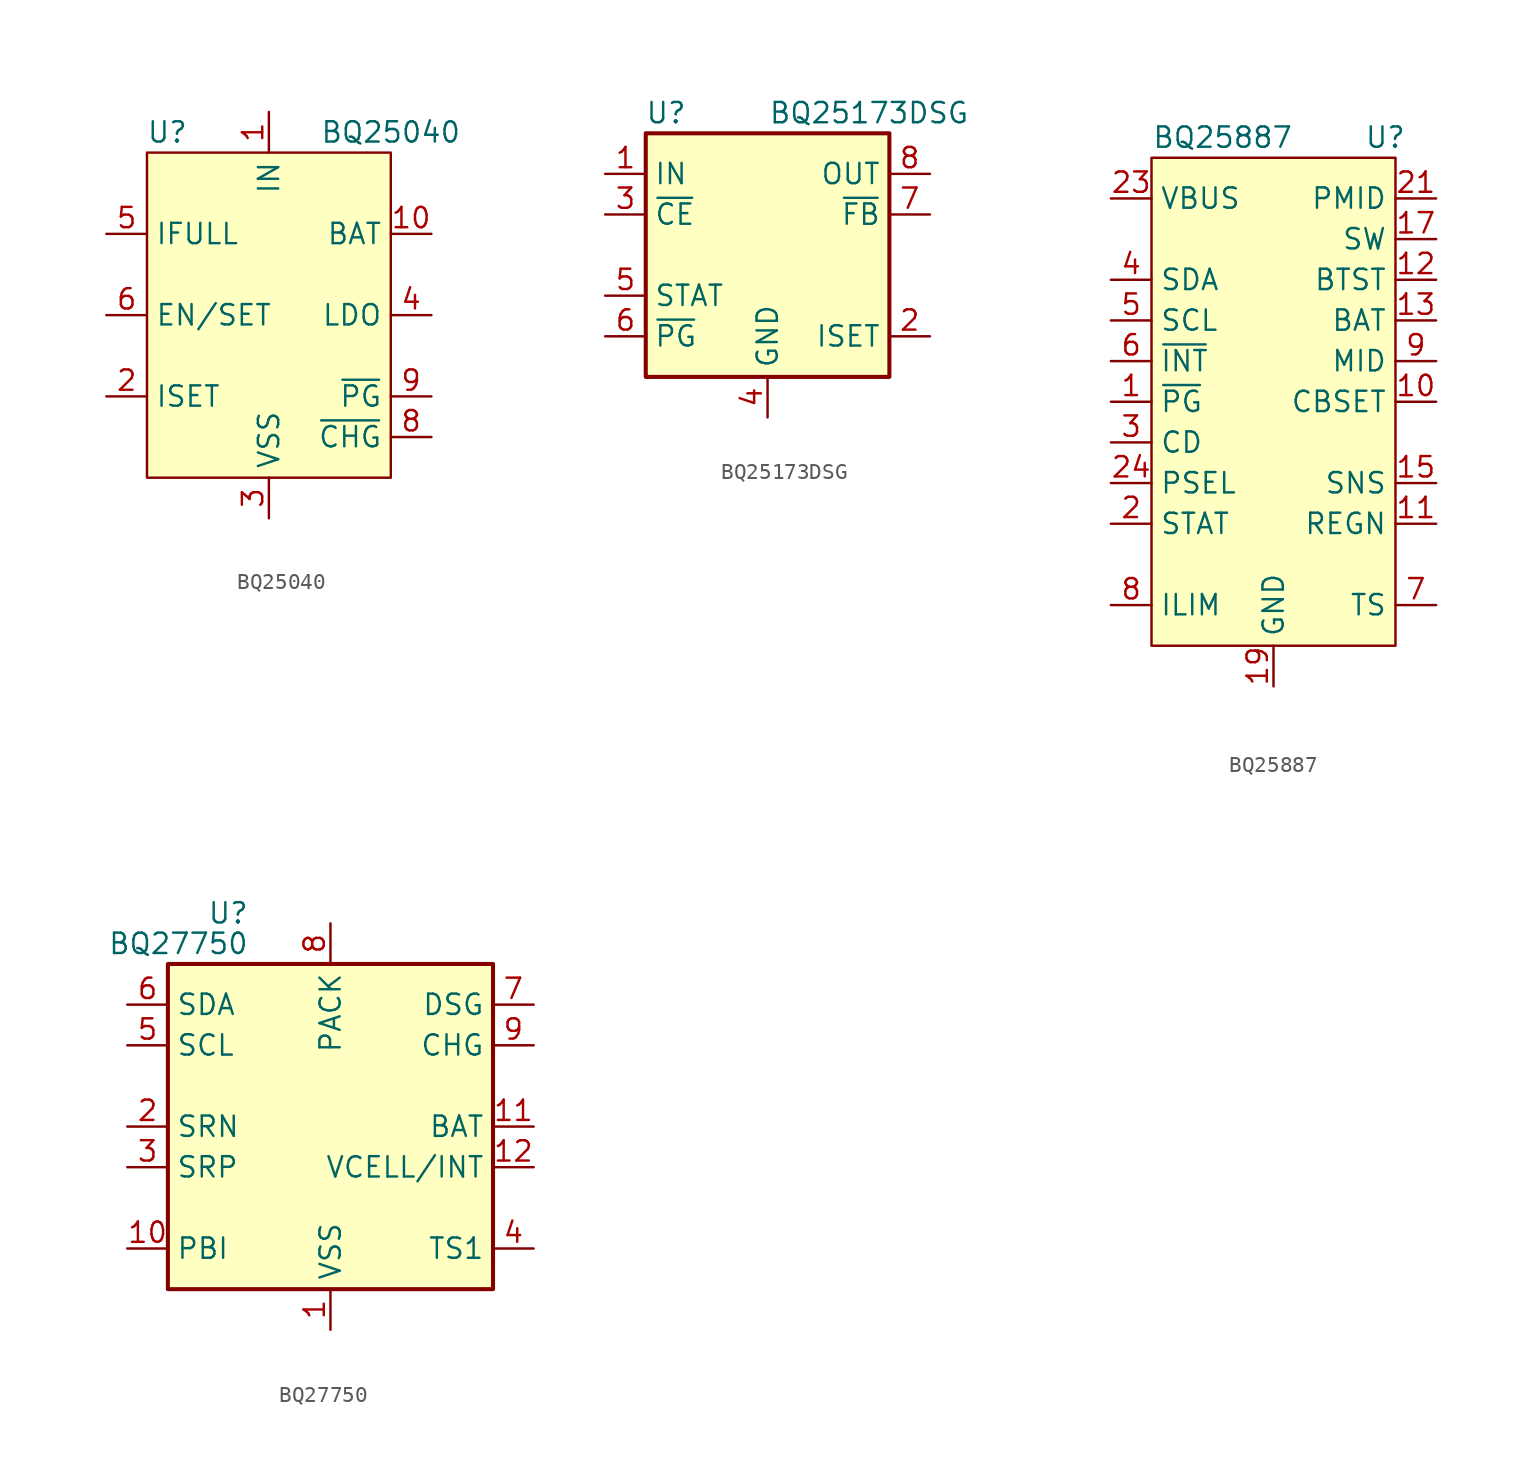
<source format=kicad_sym>
(kicad_symbol_lib
  (version 20231120)
  (generator "kicad_symbol_editor")
  (generator_version "8.0")
  (symbol "BQ25040"
    (property "Reference" "U"
      (at -6.35 11.43 0)
      (effects (font (size 1.27 1.27))))
    (property "Value" "BQ25040"
      (at 7.62 11.43 0)
      (effects (font (size 1.27 1.27))))
    (symbol "BQ25040_1_1"
      (rectangle (start -7.62 10.16) (end 7.62 -10.16) (stroke (width 0) (type default)) (fill (type background)))
      (pin power_in line (at 0 12.7 270) (length 2.54) (name "IN" (effects (font (size 1.27 1.27)))) (number "1" (effects (font (size 1.27 1.27)))))
      (pin power_out line (at 10.16 5.08 180) (length 2.54) (name "BAT" (effects (font (size 1.27 1.27)))) (number "10" (effects (font (size 1.27 1.27)))))
      (pin passive line (at 0 -12.7 90) (length 2.54) hide (name "VSS" (effects (font (size 1.27 1.27)))) (number "11" (effects (font (size 1.27 1.27)))))
      (pin input line (at -10.16 -5.08 0) (length 2.54) (name "ISET" (effects (font (size 1.27 1.27)))) (number "2" (effects (font (size 1.27 1.27)))))
      (pin power_in line (at 0 -12.7 90) (length 2.54) (name "VSS" (effects (font (size 1.27 1.27)))) (number "3" (effects (font (size 1.27 1.27)))))
      (pin power_out line (at 10.16 0 180) (length 2.54) (name "LDO" (effects (font (size 1.27 1.27)))) (number "4" (effects (font (size 1.27 1.27)))))
      (pin input line (at -10.16 5.08 0) (length 2.54) (name "IFULL" (effects (font (size 1.27 1.27)))) (number "5" (effects (font (size 1.27 1.27)))))
      (pin input line (at -10.16 0 0) (length 2.54) (name "EN/SET" (effects (font (size 1.27 1.27)))) (number "6" (effects (font (size 1.27 1.27)))))
      (pin passive line (at 0 -12.7 90) (length 2.54) hide (name "VSS" (effects (font (size 1.27 1.27)))) (number "7" (effects (font (size 1.27 1.27)))))
      (pin open_collector line (at 10.16 -7.62 180) (length 2.54) (name "~{CHG}" (effects (font (size 1.27 1.27)))) (number "8" (effects (font (size 1.27 1.27)))))
      (pin open_collector line (at 10.16 -5.08 180) (length 2.54) (name "~{PG}" (effects (font (size 1.27 1.27)))) (number "9" (effects (font (size 1.27 1.27)))))))
  (symbol "BQ25173DSG"
    (property "Reference" "U"
      (at -6.35 8.89 0)
      (effects (font (size 1.27 1.27))))
    (property "Value" "BQ25173DSG"
      (at 6.35 8.89 0)
      (effects (font (size 1.27 1.27))))
    (symbol "BQ25173DSG_1_1"
      (rectangle (start -7.62 7.62) (end 7.62 -7.62) (stroke (width 0.254) (type default)) (fill (type background)))
      (pin power_in line (at -10.16 5.08 0) (length 2.54) (name "IN" (effects (font (size 1.27 1.27)))) (number "1" (effects (font (size 1.27 1.27)))))
      (pin input line (at 10.16 -5.08 180) (length 2.54) (name "ISET" (effects (font (size 1.27 1.27)))) (number "2" (effects (font (size 1.27 1.27)))))
      (pin input line (at -10.16 2.54 0) (length 2.54) (name "~{CE}" (effects (font (size 1.27 1.27)))) (number "3" (effects (font (size 1.27 1.27)))))
      (pin power_in line (at 0 -10.16 90) (length 2.54) (name "GND" (effects (font (size 1.27 1.27)))) (number "4" (effects (font (size 1.27 1.27)))))
      (pin open_collector line (at -10.16 -2.54 0) (length 2.54) (name "STAT" (effects (font (size 1.27 1.27)))) (number "5" (effects (font (size 1.27 1.27)))))
      (pin open_collector line (at -10.16 -5.08 0) (length 2.54) (name "~{PG}" (effects (font (size 1.27 1.27)))) (number "6" (effects (font (size 1.27 1.27)))))
      (pin input line (at 10.16 2.54 180) (length 2.54) (name "~{FB}" (effects (font (size 1.27 1.27)))) (number "7" (effects (font (size 1.27 1.27)))))
      (pin power_out line (at 10.16 5.08 180) (length 2.54) (name "OUT" (effects (font (size 1.27 1.27)))) (number "8" (effects (font (size 1.27 1.27)))))
      (pin passive line (at 0 -10.16 90) (length 2.54) hide (name "GND" (effects (font (size 1.27 1.27)))) (number "9" (effects (font (size 1.27 1.27)))))))
  (symbol "BQ25887"
    (property "Reference" "U"
      (at 6.985 16.51 0)
      (effects (font (size 1.27 1.27))))
    (property "Value" "BQ25887"
      (at -3.175 16.51 0)
      (effects (font (size 1.27 1.27))))
    (symbol "BQ25887_1_1"
      (rectangle (start -7.62 15.24) (end 7.62 -15.24) (stroke (width 0) (type default)) (fill (type background)))
      (pin open_collector line (at -10.16 0 0) (length 2.54) (name "~{PG}" (effects (font (size 1.27 1.27)))) (number "1" (effects (font (size 1.27 1.27)))))
      (pin power_out line (at 10.16 0 180) (length 2.54) (name "CBSET" (effects (font (size 1.27 1.27)))) (number "10" (effects (font (size 1.27 1.27)))))
      (pin power_out line (at 10.16 -7.62 180) (length 2.54) (name "REGN" (effects (font (size 1.27 1.27)))) (number "11" (effects (font (size 1.27 1.27)))))
      (pin power_out line (at 10.16 7.62 180) (length 2.54) (name "BTST" (effects (font (size 1.27 1.27)))) (number "12" (effects (font (size 1.27 1.27)))))
      (pin power_out line (at 10.16 5.08 180) (length 2.54) (name "BAT" (effects (font (size 1.27 1.27)))) (number "13" (effects (font (size 1.27 1.27)))))
      (pin passive line (at 10.16 5.08 180) (length 2.54) hide (name "BAT" (effects (font (size 1.27 1.27)))) (number "14" (effects (font (size 1.27 1.27)))))
      (pin output line (at 10.16 -5.08 180) (length 2.54) (name "SNS" (effects (font (size 1.27 1.27)))) (number "15" (effects (font (size 1.27 1.27)))))
      (pin passive line (at 10.16 -5.08 180) (length 2.54) hide (name "SNS" (effects (font (size 1.27 1.27)))) (number "16" (effects (font (size 1.27 1.27)))))
      (pin power_out line (at 10.16 10.16 180) (length 2.54) (name "SW" (effects (font (size 1.27 1.27)))) (number "17" (effects (font (size 1.27 1.27)))))
      (pin passive line (at 10.16 10.16 180) (length 2.54) hide (name "SW" (effects (font (size 1.27 1.27)))) (number "18" (effects (font (size 1.27 1.27)))))
      (pin power_in line (at 0 -17.78 90) (length 2.54) (name "GND" (effects (font (size 1.27 1.27)))) (number "19" (effects (font (size 1.27 1.27)))))
      (pin open_collector line (at -10.16 -7.62 0) (length 2.54) (name "STAT" (effects (font (size 1.27 1.27)))) (number "2" (effects (font (size 1.27 1.27)))))
      (pin passive line (at 0 -17.78 90) (length 2.54) hide (name "GND" (effects (font (size 1.27 1.27)))) (number "20" (effects (font (size 1.27 1.27)))))
      (pin power_out line (at 10.16 12.7 180) (length 2.54) (name "PMID" (effects (font (size 1.27 1.27)))) (number "21" (effects (font (size 1.27 1.27)))))
      (pin passive line (at 10.16 12.7 180) (length 2.54) hide (name "PMID" (effects (font (size 1.27 1.27)))) (number "22" (effects (font (size 1.27 1.27)))))
      (pin power_in line (at -10.16 12.7 0) (length 2.54) (name "VBUS" (effects (font (size 1.27 1.27)))) (number "23" (effects (font (size 1.27 1.27)))))
      (pin input line (at -10.16 -5.08 0) (length 2.54) (name "PSEL" (effects (font (size 1.27 1.27)))) (number "24" (effects (font (size 1.27 1.27)))))
      (pin input line (at -10.16 -2.54 0) (length 2.54) (name "CD" (effects (font (size 1.27 1.27)))) (number "3" (effects (font (size 1.27 1.27)))))
      (pin bidirectional line (at -10.16 7.62 0) (length 2.54) (name "SDA" (effects (font (size 1.27 1.27)))) (number "4" (effects (font (size 1.27 1.27)))))
      (pin input line (at -10.16 5.08 0) (length 2.54) (name "SCL" (effects (font (size 1.27 1.27)))) (number "5" (effects (font (size 1.27 1.27)))))
      (pin open_collector line (at -10.16 2.54 0) (length 2.54) (name "~{INT}" (effects (font (size 1.27 1.27)))) (number "6" (effects (font (size 1.27 1.27)))))
      (pin input line (at 10.16 -12.7 180) (length 2.54) (name "TS" (effects (font (size 1.27 1.27)))) (number "7" (effects (font (size 1.27 1.27)))))
      (pin input line (at -10.16 -12.7 0) (length 2.54) (name "ILIM" (effects (font (size 1.27 1.27)))) (number "8" (effects (font (size 1.27 1.27)))))
      (pin input line (at 10.16 2.54 180) (length 2.54) (name "MID" (effects (font (size 1.27 1.27)))) (number "9" (effects (font (size 1.27 1.27)))))))
  (symbol "BQ27750"
    (property "Reference" "U"
      (at -5.08 13.335 0)
      (effects (font (size 1.27 1.27)) (justify right)))
    (property "Value" "BQ27750"
      (at -5.08 11.43 0)
      (effects (font (size 1.27 1.27)) (justify right)))
    (symbol "BQ27750_0_1"
      (rectangle (start -10.16 10.16) (end 10.16 -10.16) (stroke (width 0.254) (type default)) (fill (type background))))
    (symbol "BQ27750_1_1"
      (pin power_in line (at 0 -12.7 90) (length 2.54) (name "VSS" (effects (font (size 1.27 1.27)))) (number "1" (effects (font (size 1.27 1.27)))))
      (pin passive line (at -12.7 -7.62 0) (length 2.54) (name "PBI" (effects (font (size 1.27 1.27)))) (number "10" (effects (font (size 1.27 1.27)))))
      (pin input line (at 12.7 0 180) (length 2.54) (name "BAT" (effects (font (size 1.27 1.27)))) (number "11" (effects (font (size 1.27 1.27)))))
      (pin bidirectional line (at 12.7 -2.54 180) (length 2.54) (name "VCELL/INT" (effects (font (size 1.27 1.27)))) (number "12" (effects (font (size 1.27 1.27)))))
      (pin passive line (at 0 -12.7 90) (length 2.54) hide (name "VSS" (effects (font (size 1.27 1.27)))) (number "13" (effects (font (size 1.27 1.27)))))
      (pin input line (at -12.7 0 0) (length 2.54) (name "SRN" (effects (font (size 1.27 1.27)))) (number "2" (effects (font (size 1.27 1.27)))))
      (pin input line (at -12.7 -2.54 0) (length 2.54) (name "SRP" (effects (font (size 1.27 1.27)))) (number "3" (effects (font (size 1.27 1.27)))))
      (pin input line (at 12.7 -7.62 180) (length 2.54) (name "TS1" (effects (font (size 1.27 1.27)))) (number "4" (effects (font (size 1.27 1.27)))))
      (pin input line (at -12.7 5.08 0) (length 2.54) (name "SCL" (effects (font (size 1.27 1.27)))) (number "5" (effects (font (size 1.27 1.27)))))
      (pin bidirectional line (at -12.7 7.62 0) (length 2.54) (name "SDA" (effects (font (size 1.27 1.27)))) (number "6" (effects (font (size 1.27 1.27)))))
      (pin output line (at 12.7 7.62 180) (length 2.54) (name "DSG" (effects (font (size 1.27 1.27)))) (number "7" (effects (font (size 1.27 1.27)))))
      (pin input line (at 0 12.7 270) (length 2.54) (name "PACK" (effects (font (size 1.27 1.27)))) (number "8" (effects (font (size 1.27 1.27)))))
      (pin output line (at 12.7 5.08 180) (length 2.54) (name "CHG" (effects (font (size 1.27 1.27)))) (number "9" (effects (font (size 1.27 1.27))))))))
</source>
